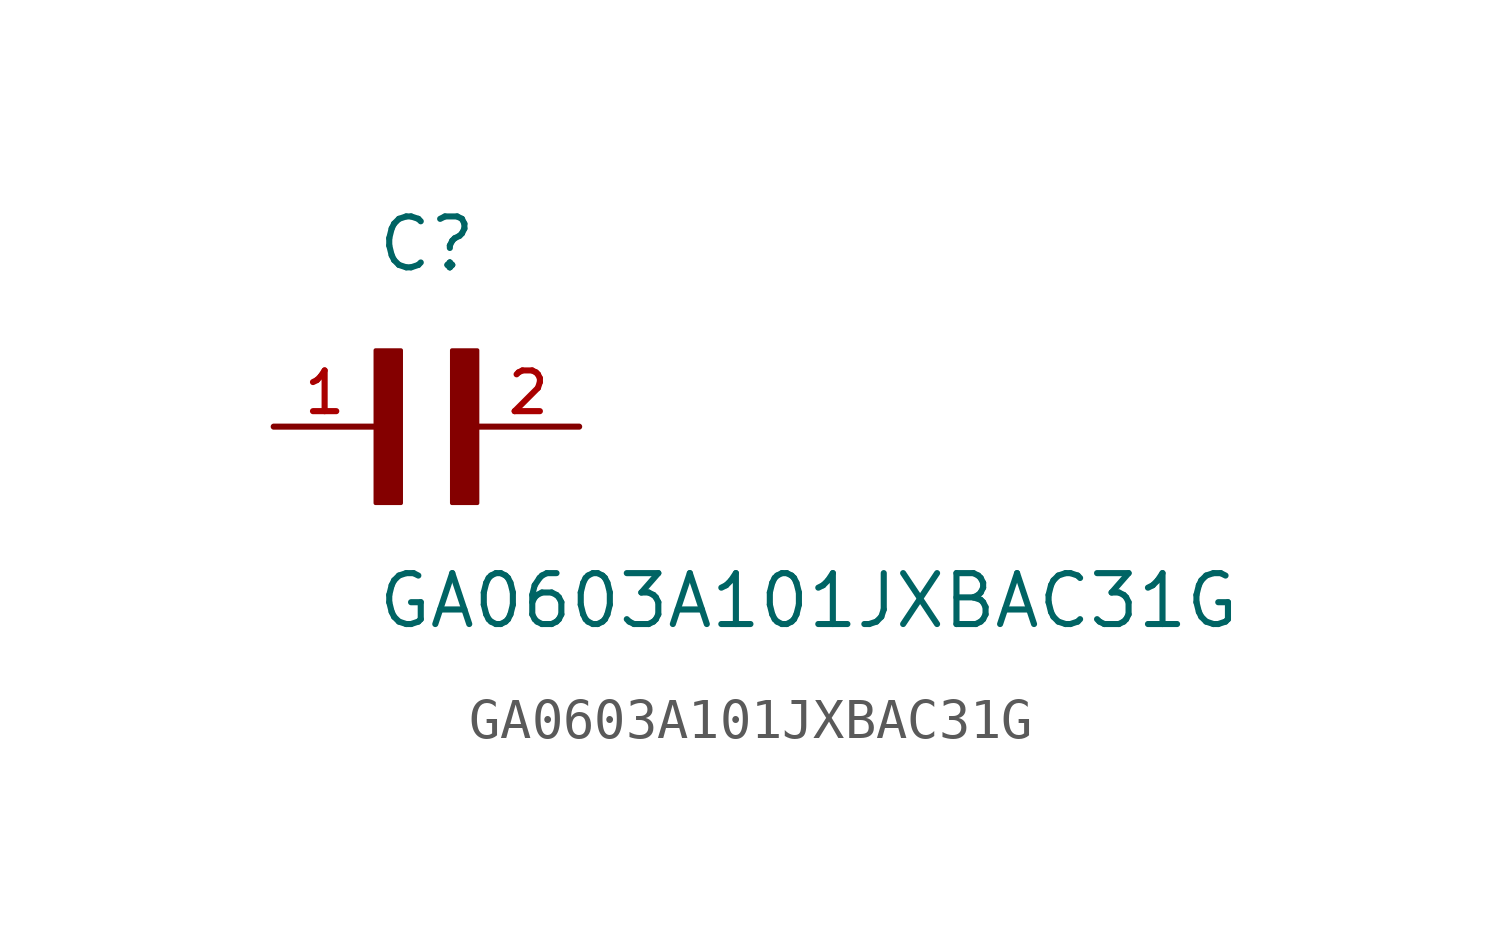
<source format=kicad_sym>
(kicad_symbol_lib
  (version 20211014)
  (generator kicad_symbol_editor)
  (symbol "GA0603A101JXBAC31G"
    (pin_names
      (offset 1.016))
    (property "Reference" "C"
      (at 0.0 3.811 0)
      (effects (font (size 1.27 1.27)) (justify bottom left)))
    (property "Value" "GA0603A101JXBAC31G"
      (at 0.0 -5.088 0)
      (effects (font (size 1.27 1.27)) (justify bottom left)))
    (symbol "GA0603A101JXBAC31G_0_0"
      (rectangle (start 0.0 -1.907) (end 0.635 1.905) (stroke (width 0.1)) (fill (type outline)))
      (rectangle (start 1.907 -1.907) (end 2.54 1.905) (stroke (width 0.1)) (fill (type outline)))
      (pin passive line (at 5.08 0.0 180.0) (length 2.54) (name "~" (effects (font (size 1.016 1.016)))) (number "2" (effects (font (size 1.016 1.016)))))
      (pin passive line (at -2.54 0.0 0) (length 2.54) (name "~" (effects (font (size 1.016 1.016)))) (number "1" (effects (font (size 1.016 1.016))))))))
</source>
